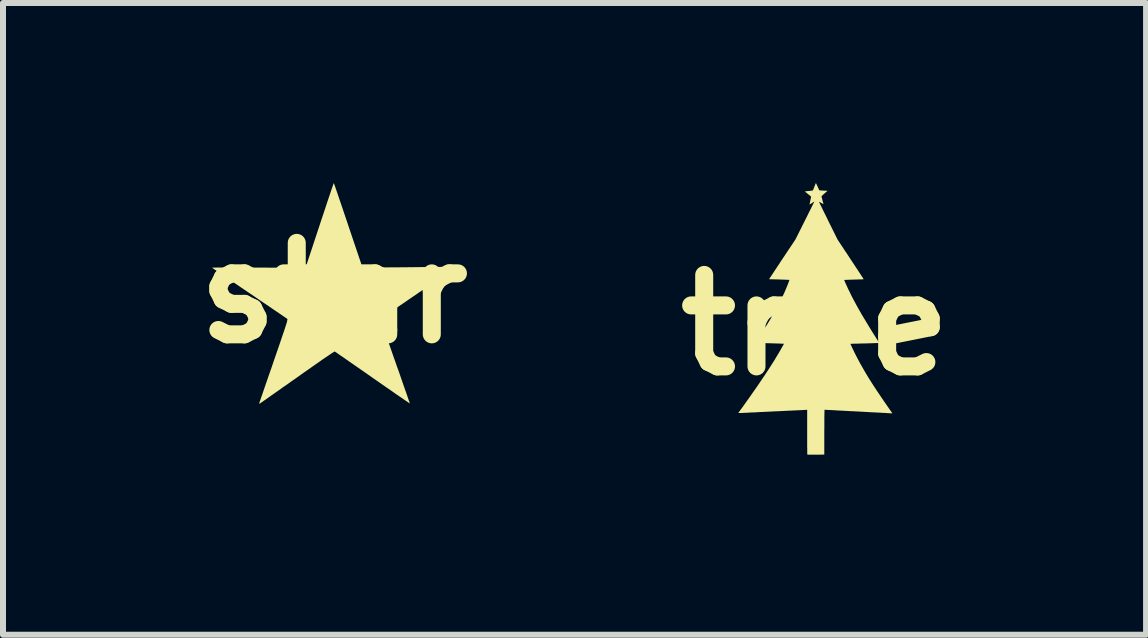
<source format=kicad_pcb>
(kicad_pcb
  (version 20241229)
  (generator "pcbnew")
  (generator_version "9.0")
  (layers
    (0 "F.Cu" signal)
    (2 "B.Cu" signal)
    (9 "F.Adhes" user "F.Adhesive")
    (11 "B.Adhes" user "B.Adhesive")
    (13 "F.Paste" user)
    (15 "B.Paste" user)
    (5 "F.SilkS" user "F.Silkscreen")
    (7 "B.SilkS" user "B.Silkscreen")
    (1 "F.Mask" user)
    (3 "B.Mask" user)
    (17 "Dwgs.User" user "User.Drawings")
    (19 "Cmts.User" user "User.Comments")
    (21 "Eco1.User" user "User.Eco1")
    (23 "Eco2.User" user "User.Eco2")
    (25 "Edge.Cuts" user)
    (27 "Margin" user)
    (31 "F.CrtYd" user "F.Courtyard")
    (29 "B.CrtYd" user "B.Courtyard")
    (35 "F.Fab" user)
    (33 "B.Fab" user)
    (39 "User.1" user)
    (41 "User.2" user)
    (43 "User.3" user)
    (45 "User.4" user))
  (footprint "tree"
    (layer "F.Cu")
    (at 10.533 2.365)
    (property "Reference" "tree" (at 0 0 0) (layer "F.SilkS") (effects (font (size 1.524 1.524) (thickness 0.3))))
    (attr board_only exclude_from_pos_files exclude_from_bom)
    (fp_poly (pts (xy 0.012 -2.363) (xy 0.016 -2.355) (xy 0.021 -2.344) (xy 0.029 -2.329) (xy 0.036 -2.311) (xy 0.039 -2.306) (xy 0.066 -2.245) (xy 0.085 -2.243) (xy 0.095 -2.242) (xy 0.11 -2.241) (xy 0.128 -2.24) (xy 0.147 -2.239) (xy 0.154 -2.239) (xy 0.204 -2.236) (xy 0.153 -2.191) (xy 0.138 -2.178) (xy 0.125 -2.166) (xy 0.114 -2.155) (xy 0.107 -2.148) (xy 0.103 -2.144) (xy 0.103 -2.143) (xy 0.104 -2.139) (xy 0.106 -2.13) (xy 0.11 -2.117) (xy 0.114 -2.1) (xy 0.119 -2.081) (xy 0.12 -2.077) (xy 0.125 -2.058) (xy 0.13 -2.041) (xy 0.133 -2.028) (xy 0.136 -2.018) (xy 0.137 -2.014) (xy 0.137 -2.014) (xy 0.134 -2.015) (xy 0.126 -2.019) (xy 0.116 -2.025) (xy 0.102 -2.032) (xy 0.1 -2.034) (xy 0.086 -2.042) (xy 0.074 -2.048) (xy 0.066 -2.052) (xy 0.062 -2.053) (xy 0.062 -2.053) (xy 0.063 -2.05) (xy 0.067 -2.042) (xy 0.073 -2.029) (xy 0.082 -2.01) (xy 0.093 -1.988) (xy 0.106 -1.962) (xy 0.12 -1.932) (xy 0.136 -1.899) (xy 0.154 -1.863) (xy 0.173 -1.825) (xy 0.193 -1.785) (xy 0.213 -1.743) (xy 0.216 -1.737) (xy 0.372 -1.422) (xy 0.468 -1.278) (xy 0.487 -1.248) (xy 0.51 -1.214) (xy 0.535 -1.177) (xy 0.561 -1.137) (xy 0.588 -1.096) (xy 0.615 -1.055) (xy 0.642 -1.015) (xy 0.667 -0.976) (xy 0.685 -0.949) (xy 0.706 -0.918) (xy 0.725 -0.889) (xy 0.743 -0.861) (xy 0.759 -0.836) (xy 0.774 -0.814) (xy 0.786 -0.796) (xy 0.795 -0.781) (xy 0.802 -0.77) (xy 0.805 -0.764) (xy 0.806 -0.763) (xy 0.802 -0.762) (xy 0.793 -0.762) (xy 0.779 -0.761) (xy 0.76 -0.76) (xy 0.737 -0.76) (xy 0.71 -0.759) (xy 0.681 -0.758) (xy 0.65 -0.757) (xy 0.644 -0.757) (xy 0.613 -0.756) (xy 0.583 -0.755) (xy 0.556 -0.754) (xy 0.533 -0.753) (xy 0.513 -0.752) (xy 0.498 -0.752) (xy 0.487 -0.751) (xy 0.483 -0.751) (xy 0.483 -0.751) (xy 0.483 -0.747) (xy 0.486 -0.738) (xy 0.492 -0.725) (xy 0.499 -0.708) (xy 0.508 -0.687) (xy 0.519 -0.664) (xy 0.53 -0.639) (xy 0.542 -0.613) (xy 0.555 -0.585) (xy 0.569 -0.558) (xy 0.582 -0.531) (xy 0.59 -0.514) (xy 0.613 -0.468) (xy 0.637 -0.422) (xy 0.662 -0.376) (xy 0.687 -0.329) (xy 0.714 -0.28) (xy 0.743 -0.23) (xy 0.773 -0.177) (xy 0.806 -0.122) (xy 0.841 -0.064) (xy 0.879 -0.001) (xy 0.919 0.065) (xy 0.963 0.136) (xy 0.99 0.178) (xy 1.064 0.297) (xy 1.041 0.3) (xy 1.034 0.3) (xy 1.021 0.301) (xy 1.002 0.301) (xy 0.98 0.302) (xy 0.953 0.303) (xy 0.922 0.304) (xy 0.889 0.305) (xy 0.854 0.306) (xy 0.817 0.307) (xy 0.802 0.307) (xy 0.766 0.308) (xy 0.731 0.309) (xy 0.699 0.31) (xy 0.67 0.311) (xy 0.644 0.311) (xy 0.622 0.312) (xy 0.605 0.313) (xy 0.593 0.313) (xy 0.587 0.313) (xy 0.586 0.313) (xy 0.587 0.317) (xy 0.59 0.325) (xy 0.596 0.337) (xy 0.603 0.353) (xy 0.612 0.372) (xy 0.621 0.392) (xy 0.632 0.414) (xy 0.643 0.437) (xy 0.653 0.459) (xy 0.664 0.48) (xy 0.673 0.498) (xy 0.708 0.566) (xy 0.745 0.635) (xy 0.785 0.705) (xy 0.826 0.777) (xy 0.871 0.852) (xy 0.918 0.928) (xy 0.969 1.008) (xy 1.023 1.09) (xy 1.081 1.176) (xy 1.142 1.266) (xy 1.207 1.36) (xy 1.245 1.415) (xy 1.256 1.431) (xy 1.266 1.445) (xy 1.274 1.456) (xy 1.28 1.465) (xy 1.282 1.469) (xy 1.282 1.469) (xy 1.281 1.471) (xy 1.276 1.472) (xy 1.266 1.471) (xy 1.265 1.471) (xy 1.259 1.471) (xy 1.247 1.47) (xy 1.23 1.469) (xy 1.208 1.468) (xy 1.181 1.466) (xy 1.15 1.464) (xy 1.115 1.463) (xy 1.077 1.46) (xy 1.036 1.458) (xy 0.993 1.456) (xy 0.948 1.454) (xy 0.91 1.452) (xy 0.858 1.449) (xy 0.805 1.446) (xy 0.75 1.443) (xy 0.695 1.44) (xy 0.64 1.437) (xy 0.586 1.435) (xy 0.535 1.432) (xy 0.487 1.429) (xy 0.442 1.427) (xy 0.402 1.425) (xy 0.368 1.423) (xy 0.367 1.423) (xy 0.331 1.421) (xy 0.296 1.419) (xy 0.265 1.417) (xy 0.236 1.416) (xy 0.211 1.415) (xy 0.19 1.413) (xy 0.173 1.413) (xy 0.161 1.412) (xy 0.156 1.412) (xy 0.155 1.412) (xy 0.155 1.413) (xy 0.154 1.417) (xy 0.153 1.423) (xy 0.153 1.433) (xy 0.153 1.446) (xy 0.152 1.464) (xy 0.152 1.485) (xy 0.152 1.51) (xy 0.151 1.54) (xy 0.151 1.575) (xy 0.151 1.615) (xy 0.151 1.661) (xy 0.151 1.712) (xy 0.15 1.77) (xy 0.15 1.785) (xy 0.15 2.159) (xy 0.009 2.16) (xy -0.02 2.16) (xy -0.047 2.16) (xy -0.072 2.16) (xy -0.094 2.16) (xy -0.111 2.16) (xy -0.124 2.159) (xy -0.131 2.159) (xy -0.133 2.159) (xy -0.133 2.155) (xy -0.133 2.146) (xy -0.134 2.131) (xy -0.134 2.11) (xy -0.134 2.085) (xy -0.134 2.056) (xy -0.135 2.022) (xy -0.135 1.985) (xy -0.135 1.945) (xy -0.135 1.902) (xy -0.135 1.856) (xy -0.135 1.808) (xy -0.135 1.784) (xy -0.135 1.412) (xy -0.157 1.414) (xy -0.164 1.414) (xy -0.177 1.415) (xy -0.195 1.416) (xy -0.217 1.417) (xy -0.244 1.418) (xy -0.274 1.42) (xy -0.306 1.421) (xy -0.341 1.423) (xy -0.377 1.424) (xy -0.379 1.425) (xy -0.437 1.427) (xy -0.496 1.43) (xy -0.555 1.433) (xy -0.614 1.436) (xy -0.672 1.438) (xy -0.729 1.441) (xy -0.785 1.444) (xy -0.839 1.446) (xy -0.891 1.449) (xy -0.939 1.451) (xy -0.985 1.454) (xy -1.028 1.456) (xy -1.066 1.457) (xy -1.1 1.459) (xy -1.129 1.461) (xy -1.152 1.462) (xy -1.17 1.463) (xy -1.179 1.463) (xy -1.199 1.464) (xy -1.22 1.465) (xy -1.238 1.466) (xy -1.253 1.466) (xy -1.262 1.466) (xy -1.284 1.466) (xy -1.271 1.449) (xy -1.205 1.358) (xy -1.143 1.271) (xy -1.084 1.188) (xy -1.029 1.109) (xy -0.977 1.035) (xy -0.928 0.963) (xy -0.882 0.895) (xy -0.838 0.83) (xy -0.797 0.768) (xy -0.758 0.707) (xy -0.721 0.649) (xy -0.685 0.593) (xy -0.652 0.538) (xy -0.633 0.506) (xy -0.62 0.484) (xy -0.606 0.461) (xy -0.592 0.437) (xy -0.578 0.414) (xy -0.566 0.391) (xy -0.554 0.37) (xy -0.543 0.352) (xy -0.535 0.336) (xy -0.528 0.324) (xy -0.524 0.316) (xy -0.523 0.312) (xy -0.523 0.312) (xy -0.526 0.312) (xy -0.535 0.312) (xy -0.55 0.311) (xy -0.569 0.31) (xy -0.593 0.309) (xy -0.621 0.308) (xy -0.652 0.307) (xy -0.687 0.306) (xy -0.723 0.305) (xy -0.759 0.304) (xy -0.797 0.303) (xy -0.833 0.302) (xy -0.867 0.301) (xy -0.898 0.299) (xy -0.926 0.298) (xy -0.95 0.298) (xy -0.969 0.297) (xy -0.983 0.296) (xy -0.992 0.296) (xy -0.995 0.295) (xy -0.994 0.292) (xy -0.99 0.285) (xy -0.983 0.273) (xy -0.973 0.259) (xy -0.963 0.242) (xy -0.955 0.23) (xy -0.894 0.136) (xy -0.837 0.047) (xy -0.784 -0.039) (xy -0.735 -0.12) (xy -0.69 -0.199) (xy -0.648 -0.274) (xy -0.609 -0.347) (xy -0.573 -0.418) (xy -0.54 -0.487) (xy -0.51 -0.551) (xy -0.499 -0.577) (xy -0.488 -0.604) (xy -0.477 -0.63) (xy -0.467 -0.655) (xy -0.457 -0.679) (xy -0.449 -0.7) (xy -0.442 -0.719) (xy -0.437 -0.734) (xy -0.433 -0.745) (xy -0.432 -0.751) (xy -0.432 -0.752) (xy -0.436 -0.752) (xy -0.445 -0.753) (xy -0.459 -0.753) (xy -0.477 -0.754) (xy -0.499 -0.755) (xy -0.523 -0.756) (xy -0.549 -0.757) (xy -0.576 -0.758) (xy -0.603 -0.759) (xy -0.631 -0.76) (xy -0.656 -0.76) (xy -0.68 -0.761) (xy -0.702 -0.761) (xy -0.72 -0.762) (xy -0.733 -0.762) (xy -0.734 -0.762) (xy -0.748 -0.762) (xy -0.759 -0.763) (xy -0.767 -0.764) (xy -0.769 -0.765) (xy -0.767 -0.768) (xy -0.762 -0.776) (xy -0.753 -0.789) (xy -0.742 -0.806) (xy -0.728 -0.827) (xy -0.712 -0.852) (xy -0.693 -0.88) (xy -0.673 -0.911) (xy -0.65 -0.945) (xy -0.626 -0.982) (xy -0.6 -1.02) (xy -0.574 -1.061) (xy -0.55 -1.097) (xy -0.331 -1.425) (xy -0.173 -1.74) (xy -0.152 -1.782) (xy -0.132 -1.822) (xy -0.113 -1.861) (xy -0.095 -1.897) (xy -0.078 -1.93) (xy -0.063 -1.961) (xy -0.05 -1.987) (xy -0.039 -2.01) (xy -0.029 -2.029) (xy -0.022 -2.043) (xy -0.018 -2.052) (xy -0.016 -2.056) (xy -0.016 -2.056) (xy -0.019 -2.055) (xy -0.026 -2.051) (xy -0.036 -2.045) (xy -0.049 -2.036) (xy -0.055 -2.032) (xy -0.069 -2.023) (xy -0.081 -2.016) (xy -0.09 -2.011) (xy -0.095 -2.008) (xy -0.095 -2.008) (xy -0.095 -2.011) (xy -0.094 -2.019) (xy -0.091 -2.031) (xy -0.088 -2.047) (xy -0.085 -2.063) (xy -0.081 -2.081) (xy -0.078 -2.098) (xy -0.074 -2.113) (xy -0.072 -2.125) (xy -0.07 -2.133) (xy -0.069 -2.135) (xy -0.071 -2.139) (xy -0.078 -2.147) (xy -0.091 -2.158) (xy -0.109 -2.172) (xy -0.121 -2.182) (xy -0.136 -2.194) (xy -0.15 -2.206) (xy -0.161 -2.215) (xy -0.169 -2.221) (xy -0.173 -2.225) (xy -0.173 -2.225) (xy -0.171 -2.226) (xy -0.162 -2.227) (xy -0.149 -2.229) (xy -0.133 -2.231) (xy -0.114 -2.233) (xy -0.112 -2.233) (xy -0.092 -2.235) (xy -0.074 -2.237) (xy -0.06 -2.239) (xy -0.049 -2.24) (xy -0.044 -2.241) (xy -0.043 -2.241) (xy -0.04 -2.244) (xy -0.037 -2.25) (xy -0.032 -2.26) (xy -0.026 -2.275) (xy -0.018 -2.296) (xy -0.015 -2.304) (xy -0.008 -2.322) (xy -0.002 -2.338) (xy 0.004 -2.352) (xy 0.008 -2.361) (xy 0.01 -2.365) (xy 0.01 -2.365)) (stroke (width 0) (type solid)) (fill yes) (layer "F.SilkS")))
  (footprint "star"
    (layer "F.Cu")
    (at 2.511 1.831)
    (property "Reference" "star" (at 0 0 0) (layer "F.SilkS") (effects (font (size 1.524 1.524) (thickness 0.3))))
    (attr board_only exclude_from_pos_files exclude_from_bom)
    (fp_poly (pts (xy 0.001 -1.831) (xy 0.003 -1.825) (xy 0.01 -1.805) (xy 0.021 -1.775) (xy 0.035 -1.733) (xy 0.053 -1.682) (xy 0.073 -1.622) (xy 0.096 -1.554) (xy 0.122 -1.479) (xy 0.15 -1.397) (xy 0.179 -1.31) (xy 0.21 -1.219) (xy 0.241 -1.126) (xy 0.478 -0.424) (xy 1.162 -0.428) (xy 1.261 -0.429) (xy 1.357 -0.43) (xy 1.451 -0.431) (xy 1.539 -0.431) (xy 1.622 -0.432) (xy 1.699 -0.433) (xy 1.767 -0.434) (xy 1.826 -0.435) (xy 1.875 -0.435) (xy 1.913 -0.436) (xy 1.938 -0.437) (xy 1.943 -0.437) (xy 1.982 -0.438) (xy 2.008 -0.439) (xy 2.024 -0.438) (xy 2.032 -0.437) (xy 2.033 -0.434) (xy 2.031 -0.43) (xy 2.024 -0.425) (xy 2.006 -0.412) (xy 1.978 -0.393) (xy 1.941 -0.367) (xy 1.895 -0.335) (xy 1.842 -0.299) (xy 1.782 -0.257) (xy 1.716 -0.211) (xy 1.644 -0.162) (xy 1.567 -0.109) (xy 1.487 -0.054) (xy 1.403 0.003) (xy 1.403 0.004) (xy 1.319 0.061) (xy 1.239 0.116) (xy 1.163 0.168) (xy 1.091 0.217) (xy 1.025 0.263) (xy 0.966 0.304) (xy 0.913 0.34) (xy 0.868 0.371) (xy 0.831 0.396) (xy 0.804 0.415) (xy 0.787 0.427) (xy 0.78 0.432) (xy 0.78 0.432) (xy 0.782 0.439) (xy 0.788 0.458) (xy 0.798 0.489) (xy 0.811 0.53) (xy 0.829 0.581) (xy 0.849 0.641) (xy 0.873 0.709) (xy 0.899 0.784) (xy 0.927 0.866) (xy 0.957 0.952) (xy 0.989 1.044) (xy 1.022 1.137) (xy 1.055 1.232) (xy 1.088 1.323) (xy 1.118 1.41) (xy 1.146 1.491) (xy 1.172 1.566) (xy 1.196 1.634) (xy 1.217 1.693) (xy 1.234 1.744) (xy 1.248 1.785) (xy 1.259 1.815) (xy 1.265 1.834) (xy 1.267 1.841) (xy 1.261 1.837) (xy 1.244 1.826) (xy 1.218 1.808) (xy 1.182 1.784) (xy 1.138 1.753) (xy 1.085 1.717) (xy 1.026 1.677) (xy 0.961 1.631) (xy 0.89 1.582) (xy 0.815 1.53) (xy 0.735 1.474) (xy 0.652 1.417) (xy 0.644 1.411) (xy 0.561 1.353) (xy 0.481 1.297) (xy 0.404 1.244) (xy 0.333 1.194) (xy 0.266 1.148) (xy 0.206 1.106) (xy 0.153 1.069) (xy 0.107 1.038) (xy 0.07 1.012) (xy 0.042 0.992) (xy 0.024 0.98) (xy 0.016 0.975) (xy 0.016 0.974) (xy 0.009 0.978) (xy -0.009 0.989) (xy -0.038 1.007) (xy -0.077 1.034) (xy -0.126 1.067) (xy -0.185 1.107) (xy -0.252 1.154) (xy -0.329 1.208) (xy -0.414 1.267) (xy -0.508 1.333) (xy -0.609 1.405) (xy -0.612 1.407) (xy -0.695 1.465) (xy -0.775 1.522) (xy -0.852 1.575) (xy -0.923 1.626) (xy -0.989 1.672) (xy -1.049 1.714) (xy -1.102 1.752) (xy -1.148 1.784) (xy -1.185 1.81) (xy -1.213 1.829) (xy -1.232 1.842) (xy -1.239 1.847) (xy -1.24 1.847) (xy -1.241 1.843) (xy -1.239 1.828) (xy -1.232 1.805) (xy -1.231 1.803) (xy -1.226 1.789) (xy -1.217 1.764) (xy -1.205 1.727) (xy -1.188 1.68) (xy -1.169 1.624) (xy -1.147 1.559) (xy -1.122 1.487) (xy -1.095 1.409) (xy -1.066 1.325) (xy -1.035 1.237) (xy -1.004 1.145) (xy -0.988 1.099) (xy -0.949 0.986) (xy -0.914 0.885) (xy -0.884 0.797) (xy -0.858 0.719) (xy -0.835 0.653) (xy -0.816 0.596) (xy -0.801 0.549) (xy -0.789 0.511) (xy -0.78 0.482) (xy -0.774 0.46) (xy -0.77 0.445) (xy -0.769 0.437) (xy -0.77 0.435) (xy -0.777 0.43) (xy -0.794 0.418) (xy -0.822 0.399) (xy -0.859 0.374) (xy -0.904 0.343) (xy -0.957 0.307) (xy -1.018 0.266) (xy -1.084 0.22) (xy -1.156 0.172) (xy -1.233 0.12) (xy -1.313 0.065) (xy -1.397 0.008) (xy -1.399 0.007) (xy -1.483 -0.05) (xy -1.564 -0.105) (xy -1.64 -0.157) (xy -1.712 -0.205) (xy -1.779 -0.251) (xy -1.839 -0.292) (xy -1.892 -0.328) (xy -1.938 -0.359) (xy -1.975 -0.384) (xy -2.002 -0.403) (xy -2.02 -0.415) (xy -2.027 -0.42) (xy -2.027 -0.42) (xy -2.021 -0.422) (xy -2.002 -0.423) (xy -1.969 -0.423) (xy -1.921 -0.424) (xy -1.861 -0.424) (xy -1.786 -0.424) (xy -1.699 -0.424) (xy -1.598 -0.424) (xy -1.483 -0.424) (xy -1.355 -0.423) (xy -1.252 -0.423) (xy -0.471 -0.418) (xy -0.237 -1.126) (xy -0.206 -1.221) (xy -0.175 -1.313) (xy -0.146 -1.4) (xy -0.119 -1.482) (xy -0.094 -1.557) (xy -0.071 -1.625) (xy -0.051 -1.684) (xy -0.034 -1.735) (xy -0.02 -1.776) (xy -0.009 -1.806) (xy -0.002 -1.825) (xy 0.001 -1.831)) (stroke (width 0) (type solid)) (fill yes) (layer "F.SilkS")))
  (gr_rect
    (start -3 -3)
    (end 16.044 7.525)
    (stroke (width 0.1) (type default))
    (fill no)
    (layer "Edge.Cuts")))
</source>
